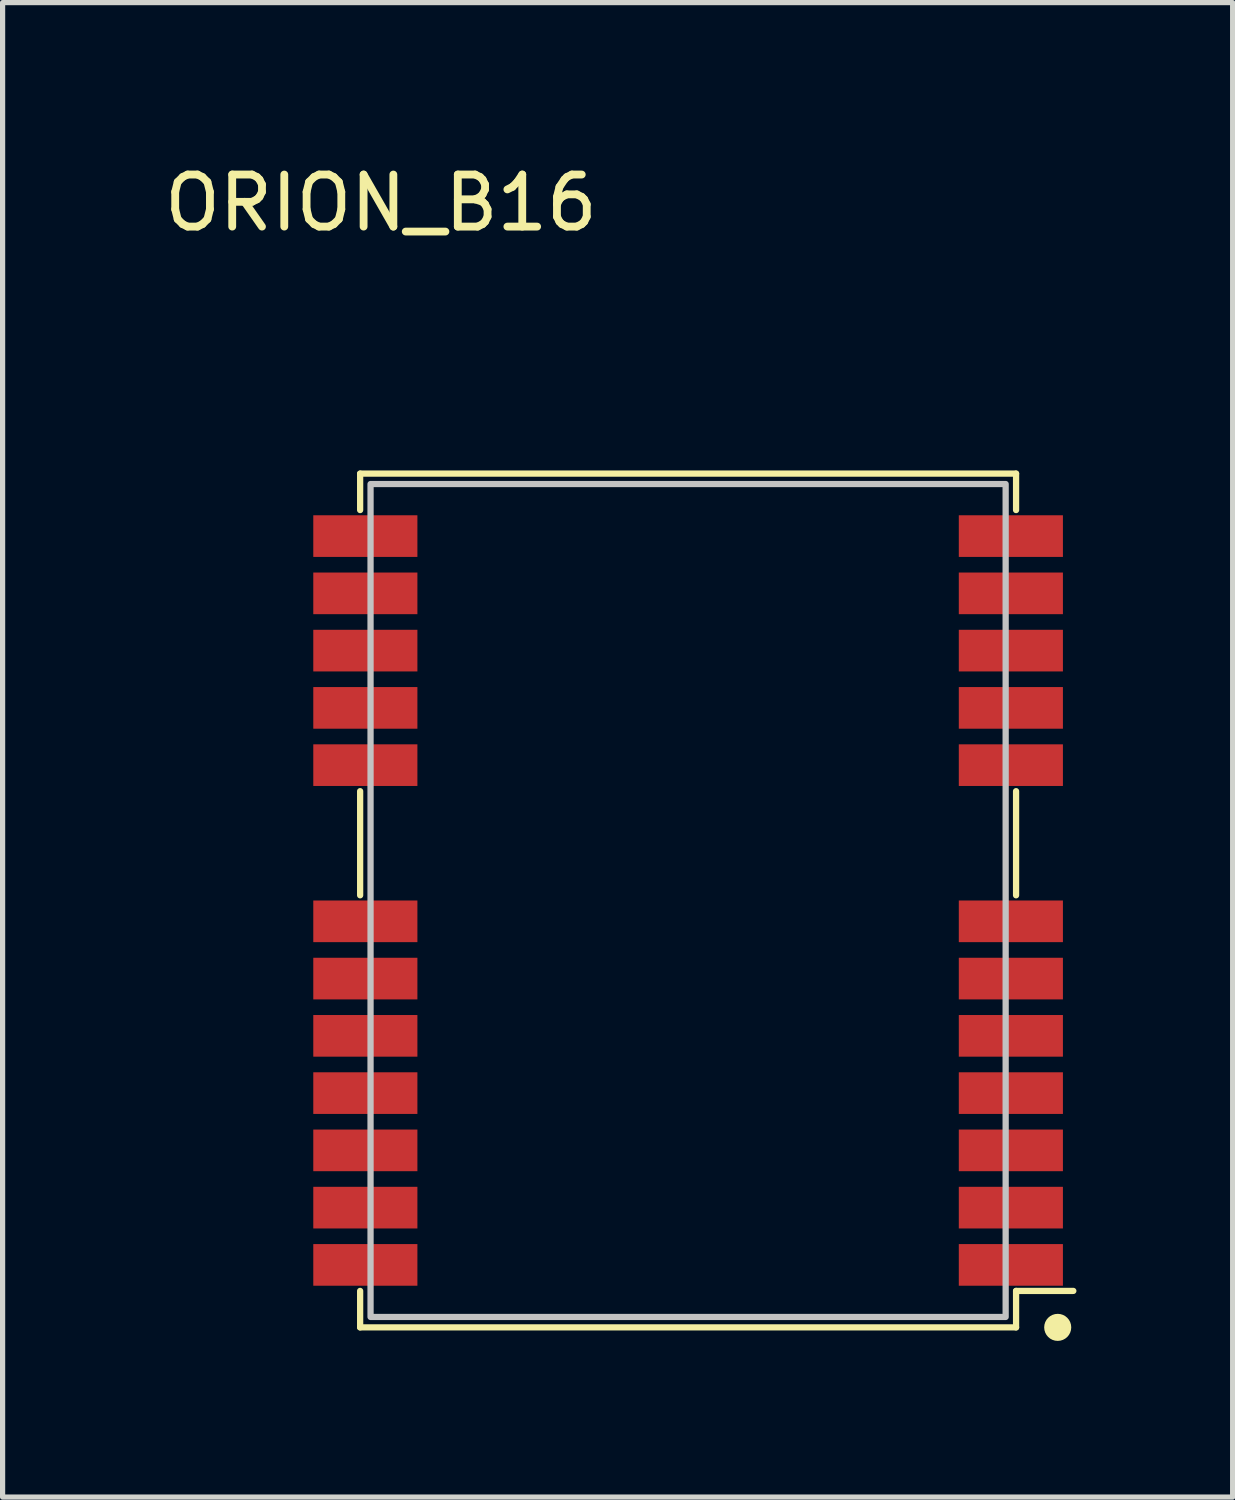
<source format=kicad_pcb>
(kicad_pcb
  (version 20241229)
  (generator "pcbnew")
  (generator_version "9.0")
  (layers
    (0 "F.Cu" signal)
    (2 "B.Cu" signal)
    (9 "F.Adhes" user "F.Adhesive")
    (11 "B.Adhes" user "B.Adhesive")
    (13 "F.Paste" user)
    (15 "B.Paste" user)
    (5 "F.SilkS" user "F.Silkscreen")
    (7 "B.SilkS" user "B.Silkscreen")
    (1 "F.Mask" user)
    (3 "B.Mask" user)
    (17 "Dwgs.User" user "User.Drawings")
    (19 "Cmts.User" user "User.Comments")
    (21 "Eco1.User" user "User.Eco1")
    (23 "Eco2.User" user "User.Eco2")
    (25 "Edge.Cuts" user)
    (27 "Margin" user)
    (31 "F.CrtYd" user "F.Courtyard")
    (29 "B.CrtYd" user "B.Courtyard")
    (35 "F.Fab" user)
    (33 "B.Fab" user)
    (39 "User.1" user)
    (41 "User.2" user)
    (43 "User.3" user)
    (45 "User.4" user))
  (footprint "ORION_B16"
    (layer "F.Cu")
    (at 10.168 14.248)
    (property "Reference" "ORION_B16" (at -5.9 -13.4 0) (unlocked yes) (layer "F.SilkS") (effects (font (size 1 1) (thickness 0.15))))
    (attr smd)
    (fp_line (start -6.3 -8.2) (end 6.3 -8.2) (stroke (width 0.12) (type solid)) (layer "F.SilkS"))
    (fp_line (start -6.3 -7.5) (end -6.3 -8.2) (stroke (width 0.12) (type solid)) (layer "F.SilkS"))
    (fp_line (start -6.3 -2.1) (end -6.3 -0.1) (stroke (width 0.12) (type solid)) (layer "F.SilkS"))
    (fp_line (start -6.3 7.5) (end -6.3 8.2) (stroke (width 0.12) (type solid)) (layer "F.SilkS"))
    (fp_line (start -6.3 8.2) (end 6.3 8.2) (stroke (width 0.12) (type solid)) (layer "F.SilkS"))
    (fp_line (start 6.3 -8.2) (end 6.3 -7.5) (stroke (width 0.12) (type solid)) (layer "F.SilkS"))
    (fp_line (start 6.3 -2.1) (end 6.3 -0.1) (stroke (width 0.12) (type solid)) (layer "F.SilkS"))
    (fp_line (start 6.3 7.5) (end 7.4 7.5) (stroke (width 0.12) (type solid)) (layer "F.SilkS"))
    (fp_line (start 6.3 8.2) (end 6.3 7.5) (stroke (width 0.12) (type solid)) (layer "F.SilkS"))
    (fp_circle (center 7.1 8.2) (end 7.3 8.2) (stroke (width 0.12) (type solid)) (fill yes) (layer "F.SilkS"))
    (fp_rect (start -6.1 -8) (end 6.1 8) (stroke (width 0.12) (type solid)) (fill no) (layer "Dwgs.User"))
    (pad "1" smd rect (at 6.2 7) (size 2 0.8) (layers "F.Cu" "F.Mask" "F.Paste"))
    (pad "2" smd rect (at 6.2 5.9) (size 2 0.8) (layers "F.Cu" "F.Mask" "F.Paste"))
    (pad "3" smd rect (at 6.2 4.8) (size 2 0.8) (layers "F.Cu" "F.Mask" "F.Paste"))
    (pad "4" smd rect (at 6.2 3.7) (size 2 0.8) (layers "F.Cu" "F.Mask" "F.Paste"))
    (pad "5" smd rect (at 6.2 2.6) (size 2 0.8) (layers "F.Cu" "F.Mask" "F.Paste"))
    (pad "6" smd rect (at 6.2 1.5) (size 2 0.8) (layers "F.Cu" "F.Mask" "F.Paste"))
    (pad "7" smd rect (at 6.2 0.4) (size 2 0.8) (layers "F.Cu" "F.Mask" "F.Paste"))
    (pad "8" smd rect (at 6.2 -2.6) (size 2 0.8) (layers "F.Cu" "F.Mask" "F.Paste"))
    (pad "9" smd rect (at 6.2 -3.7) (size 2 0.8) (layers "F.Cu" "F.Mask" "F.Paste"))
    (pad "10" smd rect (at 6.2 -4.8) (size 2 0.8) (layers "F.Cu" "F.Mask" "F.Paste"))
    (pad "11" smd rect (at 6.2 -5.9) (size 2 0.8) (layers "F.Cu" "F.Mask" "F.Paste"))
    (pad "12" smd rect (at 6.2 -7) (size 2 0.8) (layers "F.Cu" "F.Mask" "F.Paste"))
    (pad "13" smd rect (at -6.2 -7) (size 2 0.8) (layers "F.Cu" "F.Mask" "F.Paste"))
    (pad "14" smd rect (at -6.2 -5.9) (size 2 0.8) (layers "F.Cu" "F.Mask" "F.Paste"))
    (pad "15" smd rect (at -6.2 -4.8) (size 2 0.8) (layers "F.Cu" "F.Mask" "F.Paste"))
    (pad "16" smd rect (at -6.2 -3.7) (size 2 0.8) (layers "F.Cu" "F.Mask" "F.Paste"))
    (pad "17" smd rect (at -6.2 -2.6) (size 2 0.8) (layers "F.Cu" "F.Mask" "F.Paste"))
    (pad "18" smd rect (at -6.2 0.4) (size 2 0.8) (layers "F.Cu" "F.Mask" "F.Paste"))
    (pad "19" smd rect (at -6.2 1.5) (size 2 0.8) (layers "F.Cu" "F.Mask" "F.Paste"))
    (pad "20" smd rect (at -6.2 2.6) (size 2 0.8) (layers "F.Cu" "F.Mask" "F.Paste"))
    (pad "21" smd rect (at -6.2 3.7) (size 2 0.8) (layers "F.Cu" "F.Mask" "F.Paste"))
    (pad "22" smd rect (at -6.2 4.8) (size 2 0.8) (layers "F.Cu" "F.Mask" "F.Paste"))
    (pad "23" smd rect (at -6.2 5.9) (size 2 0.8) (layers "F.Cu" "F.Mask" "F.Paste"))
    (pad "24" smd rect (at -6.2 7) (size 2 0.8) (layers "F.Cu" "F.Mask" "F.Paste")))
  (gr_rect
    (start -3 -3)
    (end 20.628 25.708)
    (stroke (width 0.1) (type default))
    (fill no)
    (layer "Edge.Cuts")))
</source>
